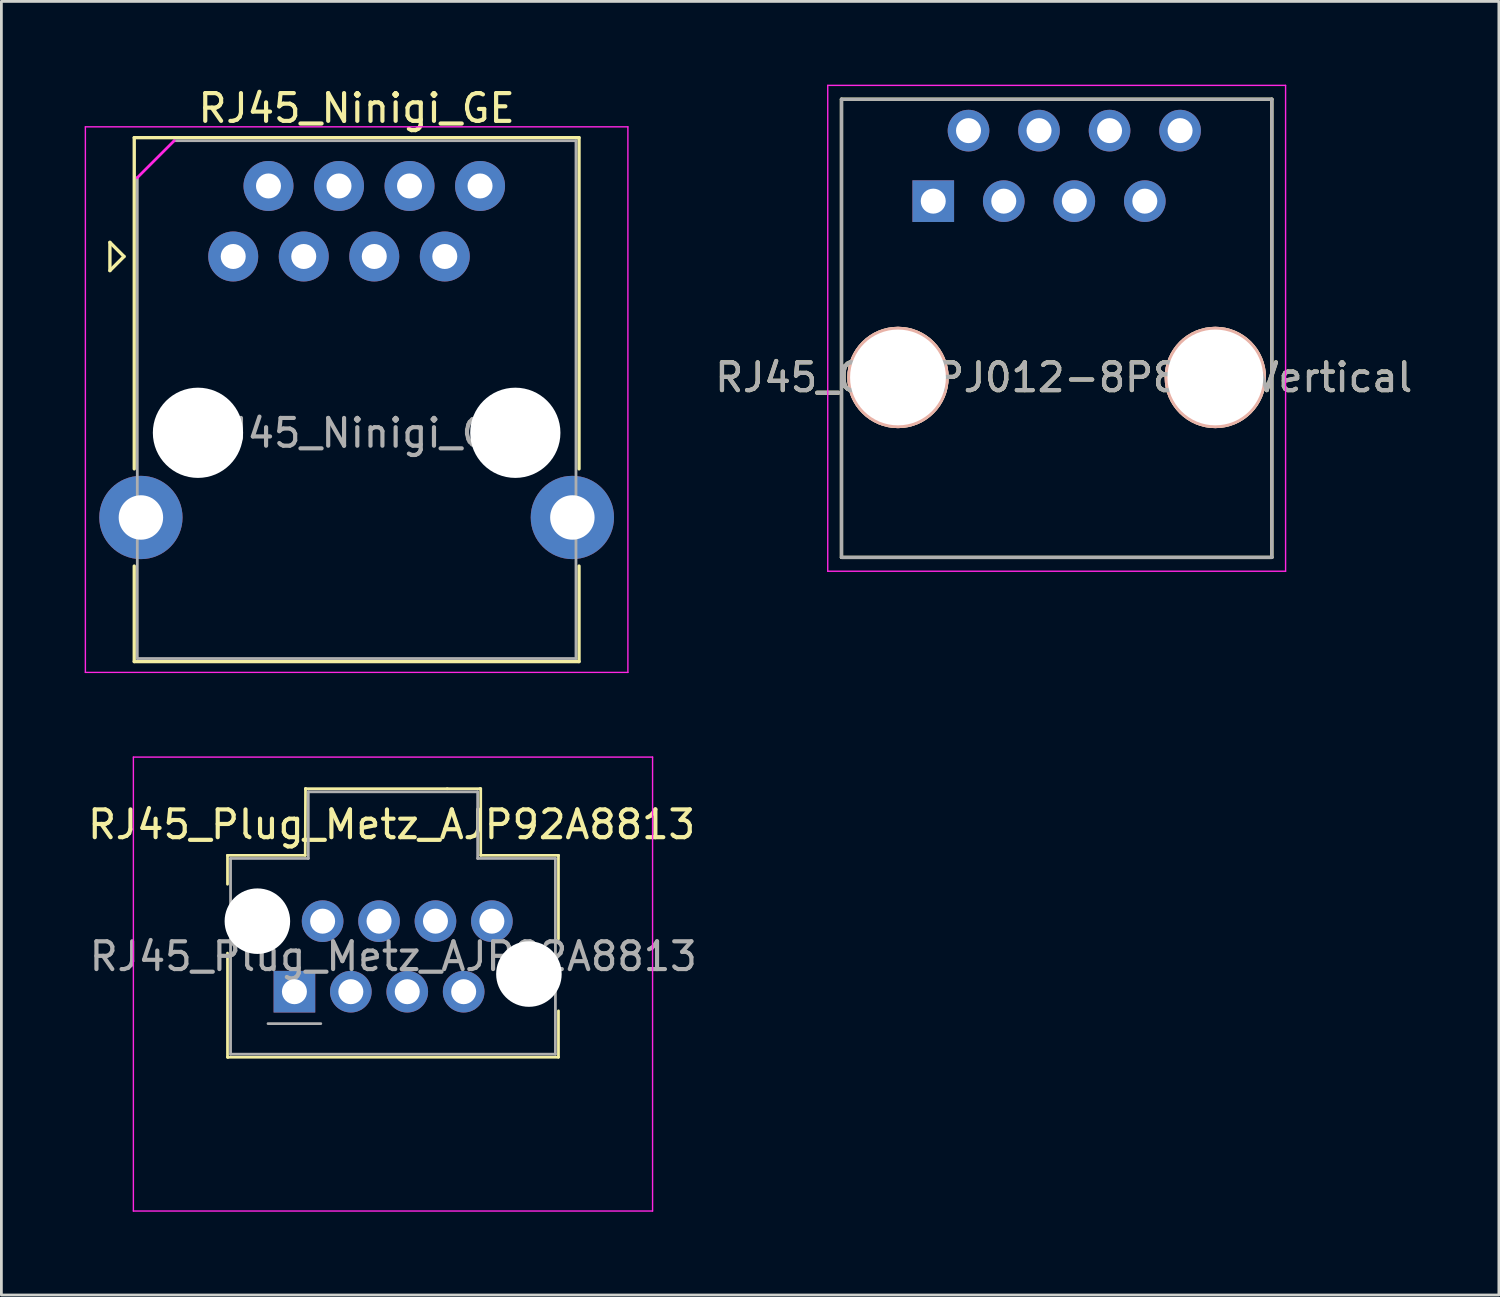
<source format=kicad_pcb>
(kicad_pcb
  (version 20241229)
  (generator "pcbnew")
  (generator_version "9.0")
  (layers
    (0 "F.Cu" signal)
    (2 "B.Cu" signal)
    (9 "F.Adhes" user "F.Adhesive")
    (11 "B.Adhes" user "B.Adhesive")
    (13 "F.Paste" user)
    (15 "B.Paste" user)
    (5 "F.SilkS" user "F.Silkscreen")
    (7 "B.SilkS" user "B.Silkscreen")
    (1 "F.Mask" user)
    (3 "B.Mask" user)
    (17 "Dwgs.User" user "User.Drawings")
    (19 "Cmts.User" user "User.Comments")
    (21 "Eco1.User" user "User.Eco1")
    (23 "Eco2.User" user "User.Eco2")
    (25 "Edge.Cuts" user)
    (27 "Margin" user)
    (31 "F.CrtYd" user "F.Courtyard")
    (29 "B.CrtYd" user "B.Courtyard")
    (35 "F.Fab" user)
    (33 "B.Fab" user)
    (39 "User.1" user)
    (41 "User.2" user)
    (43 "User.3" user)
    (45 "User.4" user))
  (footprint "RJ45_OST_PJ012-8P8CX_Vertical"
    (layer "F.Cu")
    (at 30.563 4.195)
    (property "Reference" "RJ45_OST_PJ012-8P8CX_Vertical" (at 4.7 6.35 0) (layer "F.SilkS") (effects (font (size 1 1) (thickness 0.15))))
    (attr through_hole)
    (fp_line (start -3.305 -3.67) (end -3.305 12.83) (stroke (width 0.12) (type solid)) (layer "F.SilkS"))
    (fp_line (start 12.195 -3.67) (end -3.305 -3.67) (stroke (width 0.12) (type solid)) (layer "F.SilkS"))
    (fp_line (start 12.195 -3.67) (end 12.195 12.83) (stroke (width 0.12) (type solid)) (layer "F.SilkS"))
    (fp_line (start 12.195 12.83) (end -3.305 12.83) (stroke (width 0.12) (type solid)) (layer "F.SilkS"))
    (fp_line (start -3.8 -4.17) (end -3.8 13.33) (stroke (width 0.05) (type solid)) (layer "F.CrtYd"))
    (fp_line (start -3.8 -4.17) (end 12.69 -4.17) (stroke (width 0.05) (type solid)) (layer "F.CrtYd"))
    (fp_line (start -3.8 13.33) (end 12.69 13.33) (stroke (width 0.05) (type solid)) (layer "F.CrtYd"))
    (fp_line (start 12.69 -4.17) (end 12.69 13.33) (stroke (width 0.05) (type solid)) (layer "F.CrtYd"))
    (fp_line (start -3.305 -3.67) (end -3.305 12.83) (stroke (width 0.12) (type solid)) (layer "F.Fab"))
    (fp_line (start 12.195 -3.67) (end -3.305 -3.67) (stroke (width 0.12) (type solid)) (layer "F.Fab"))
    (fp_line (start 12.195 -3.67) (end 12.195 12.83) (stroke (width 0.12) (type solid)) (layer "F.Fab"))
    (fp_line (start 12.195 12.83) (end -3.305 12.83) (stroke (width 0.12) (type solid)) (layer "F.Fab"))
    (fp_text user "${REFERENCE}" (at 4.7 6.35 0) (layer "F.Fab") (effects (font (size 1 1) (thickness 0.15))))
    (pad "" np_thru_hole circle (at -1.27 6.35) (size 3.65 3.65) (drill 3.45) (layers "*.Cu" "*.SilkS" "*.Mask"))
    (pad "" np_thru_hole circle (at 10.16 6.35) (size 3.65 3.65) (drill 3.45) (layers "*.Cu" "*.SilkS" "*.Mask"))
    (pad "1" thru_hole rect (at 0 0) (size 1.5 1.5) (drill 0.9) (layers "*.Cu" "*.Mask"))
    (pad "2" thru_hole circle (at 1.27 -2.54) (size 1.5 1.5) (drill 0.9) (layers "*.Cu" "*.Mask"))
    (pad "3" thru_hole circle (at 2.54 0) (size 1.5 1.5) (drill 0.9) (layers "*.Cu" "*.Mask"))
    (pad "4" thru_hole circle (at 3.81 -2.54) (size 1.5 1.5) (drill 0.9) (layers "*.Cu" "*.Mask"))
    (pad "5" thru_hole circle (at 5.08 0) (size 1.5 1.5) (drill 0.9) (layers "*.Cu" "*.Mask"))
    (pad "6" thru_hole circle (at 6.35 -2.54) (size 1.5 1.5) (drill 0.9) (layers "*.Cu" "*.Mask"))
    (pad "7" thru_hole circle (at 7.62 0) (size 1.5 1.5) (drill 0.9) (layers "*.Cu" "*.Mask"))
    (pad "8" thru_hole circle (at 8.89 -2.54) (size 1.5 1.5) (drill 0.9) (layers "*.Cu" "*.Mask")))
  (footprint "RJ45_Ninigi_GE"
    (layer "F.Cu")
    (at 5.35 6.188)
    (property "Reference" "RJ45_Ninigi_GE" (at 4.445 -5.34 0) (layer "F.SilkS") (effects (font (size 1 1) (thickness 0.15))))
    (attr through_hole)
    (fp_line (start -4.441 -0.508) (end -4.441 0.508) (stroke (width 0.12) (type solid)) (layer "F.SilkS"))
    (fp_line (start -4.441 0.508) (end -3.933 0) (stroke (width 0.12) (type solid)) (layer "F.SilkS"))
    (fp_line (start -3.933 0) (end -4.441 -0.508) (stroke (width 0.12) (type solid)) (layer "F.SilkS"))
    (fp_line (start -3.565 -4.28) (end -3.565 7.65) (stroke (width 0.12) (type solid)) (layer "F.SilkS"))
    (fp_line (start -3.565 11.15) (end -3.565 14.59) (stroke (width 0.12) (type solid)) (layer "F.SilkS"))
    (fp_line (start 12.455 -4.28) (end -3.565 -4.28) (stroke (width 0.12) (type solid)) (layer "F.SilkS"))
    (fp_line (start 12.455 -4.28) (end 12.455 7.65) (stroke (width 0.12) (type solid)) (layer "F.SilkS"))
    (fp_line (start 12.455 11.15) (end 12.455 14.59) (stroke (width 0.12) (type solid)) (layer "F.SilkS"))
    (fp_line (start 12.455 14.59) (end -3.565 14.59) (stroke (width 0.12) (type solid)) (layer "F.SilkS"))
    (fp_line (start -5.325 -4.67) (end 14.215 -4.67) (stroke (width 0.05) (type solid)) (layer "F.CrtYd"))
    (fp_line (start -5.325 14.98) (end -5.325 -4.67) (stroke (width 0.05) (type solid)) (layer "F.CrtYd"))
    (fp_line (start -3.455 -2.84) (end -2.125 -4.17) (stroke (width 0.1) (type solid)) (layer "F.CrtYd"))
    (fp_line (start 14.215 -4.67) (end 14.215 14.98) (stroke (width 0.05) (type solid)) (layer "F.CrtYd"))
    (fp_line (start 14.215 14.98) (end -5.325 14.98) (stroke (width 0.05) (type solid)) (layer "F.CrtYd"))
    (fp_line (start -3.455 -2.84) (end -3.455 14.48) (stroke (width 0.1) (type solid)) (layer "F.Fab"))
    (fp_line (start 12.345 -4.17) (end -2.125 -4.17) (stroke (width 0.1) (type solid)) (layer "F.Fab"))
    (fp_line (start 12.345 14.48) (end -3.455 14.48) (stroke (width 0.1) (type solid)) (layer "F.Fab"))
    (fp_line (start 12.345 14.48) (end 12.345 -4.17) (stroke (width 0.1) (type solid)) (layer "F.Fab"))
    (fp_text user "${REFERENCE}" (at 4.445 6.36 0) (layer "F.Fab") (effects (font (size 1 1) (thickness 0.15))))
    (pad "" np_thru_hole circle (at -1.27 6.35) (size 3.25 3.25) (drill 3.25) (layers "*.Cu" "*.Mask"))
    (pad "" np_thru_hole circle (at 10.16 6.35 180) (size 3.25 3.25) (drill 3.25) (layers "*.Cu" "*.Mask"))
    (pad "1" thru_hole circle (at 0 0 180) (size 1.8 1.8) (drill 0.9) (layers "*.Cu" "*.Mask"))
    (pad "2" thru_hole circle (at 1.27 -2.54 180) (size 1.8 1.8) (drill 0.9) (layers "*.Cu" "*.Mask"))
    (pad "3" thru_hole circle (at 2.54 0 180) (size 1.8 1.8) (drill 0.9) (layers "*.Cu" "*.Mask"))
    (pad "4" thru_hole circle (at 3.81 -2.54 180) (size 1.8 1.8) (drill 0.9) (layers "*.Cu" "*.Mask"))
    (pad "5" thru_hole circle (at 5.08 0 180) (size 1.8 1.8) (drill 0.9) (layers "*.Cu" "*.Mask"))
    (pad "6" thru_hole circle (at 6.35 -2.54 180) (size 1.8 1.8) (drill 0.9) (layers "*.Cu" "*.Mask"))
    (pad "7" thru_hole circle (at 7.62 0 180) (size 1.8 1.8) (drill 0.9) (layers "*.Cu" "*.Mask"))
    (pad "8" thru_hole circle (at 8.89 -2.54 180) (size 1.8 1.8) (drill 0.9) (layers "*.Cu" "*.Mask"))
    (pad "9" thru_hole circle (at -3.325 9.4) (size 3 3) (drill 1.6) (layers "*.Cu" "*.Mask"))
    (pad "9" thru_hole circle (at 12.215 9.4 180) (size 3 3) (drill 1.6) (layers "*.Cu" "*.Mask")))
  (footprint "RJ45_Plug_Metz_AJP92A8813"
    (layer "F.Cu")
    (at 7.554 32.668)
    (property "Reference" "RJ45_Plug_Metz_AJP92A8813" (at 3.5 -6.02 0) (layer "F.SilkS") (effects (font (size 1 1) (thickness 0.15))))
    (attr through_hole)
    (fp_line (start -2.41 -4.91) (end -2.41 -3.87) (stroke (width 0.1) (type solid)) (layer "F.SilkS"))
    (fp_line (start -2.41 -1.39) (end -2.41 2.36) (stroke (width 0.1) (type solid)) (layer "F.SilkS"))
    (fp_line (start -2.4 -4.91) (end -2.41 -4.91) (stroke (width 0.1) (type solid)) (layer "F.SilkS"))
    (fp_line (start -2.4 -4.91) (end 0.39 -4.91) (stroke (width 0.1) (type solid)) (layer "F.SilkS"))
    (fp_line (start -2.39 2.36) (end -2.41 2.36) (stroke (width 0.1) (type solid)) (layer "F.SilkS"))
    (fp_line (start 0.39 -4.91) (end 0.4 -7.31) (stroke (width 0.1) (type solid)) (layer "F.SilkS"))
    (fp_line (start 0.4 -7.31) (end 0.4 -7.3) (stroke (width 0.1) (type solid)) (layer "F.SilkS"))
    (fp_line (start 0.4 -7.31) (end 5.51 -7.31) (stroke (width 0.1) (type solid)) (layer "F.SilkS"))
    (fp_line (start 0.4 -7.3) (end 0.4 -7.31) (stroke (width 0.1) (type solid)) (layer "F.SilkS"))
    (fp_line (start 5.5 -7.31) (end 6.68 -7.31) (stroke (width 0.1) (type solid)) (layer "F.SilkS"))
    (fp_line (start 6.68 -7.31) (end 6.7 -7.31) (stroke (width 0.1) (type solid)) (layer "F.SilkS"))
    (fp_line (start 6.7 -7.31) (end 6.71 -7.31) (stroke (width 0.1) (type solid)) (layer "F.SilkS"))
    (fp_line (start 6.71 -7.31) (end 6.71 -4.91) (stroke (width 0.1) (type solid)) (layer "F.SilkS"))
    (fp_line (start 6.71 -4.91) (end 9.49 -4.91) (stroke (width 0.1) (type solid)) (layer "F.SilkS"))
    (fp_line (start 9.49 -4.91) (end 9.5 -4.91) (stroke (width 0.1) (type solid)) (layer "F.SilkS"))
    (fp_line (start 9.5 -4.91) (end 9.51 -4.91) (stroke (width 0.1) (type solid)) (layer "F.SilkS"))
    (fp_line (start 9.51 -4.91) (end 9.51 -1.9) (stroke (width 0.1) (type solid)) (layer "F.SilkS"))
    (fp_line (start 9.51 2.36) (end -2.39 2.36) (stroke (width 0.1) (type solid)) (layer "F.SilkS"))
    (fp_line (start 9.51 2.36) (end 9.51 0.69) (stroke (width 0.1) (type solid)) (layer "F.SilkS"))
    (fp_line (start -5.8 -8.45) (end -5.8 7.9) (stroke (width 0.05) (type solid)) (layer "F.CrtYd"))
    (fp_line (start -5.8 7.9) (end 12.9 7.9) (stroke (width 0.05) (type solid)) (layer "F.CrtYd"))
    (fp_line (start 12.9 -8.45) (end -5.8 -8.45) (stroke (width 0.05) (type solid)) (layer "F.CrtYd"))
    (fp_line (start 12.9 7.9) (end 12.9 -8.45) (stroke (width 0.05) (type solid)) (layer "F.CrtYd"))
    (fp_line (start -2.3 -4.8) (end 0.5 -4.8) (stroke (width 0.1) (type solid)) (layer "F.Fab"))
    (fp_line (start -2.3 2.25) (end -2.3 -4.8) (stroke (width 0.1) (type solid)) (layer "F.Fab"))
    (fp_line (start 0.5 -7.2) (end 6.6 -7.2) (stroke (width 0.1) (type solid)) (layer "F.Fab"))
    (fp_line (start 0.5 -4.8) (end 0.5 -7.2) (stroke (width 0.1) (type solid)) (layer "F.Fab"))
    (fp_line (start 0.95 1.15) (end -0.95 1.15) (stroke (width 0.1) (type solid)) (layer "F.Fab"))
    (fp_line (start 6.6 -7.2) (end 6.6 -4.8) (stroke (width 0.1) (type solid)) (layer "F.Fab"))
    (fp_line (start 6.6 -4.8) (end 9.4 -4.8) (stroke (width 0.1) (type solid)) (layer "F.Fab"))
    (fp_line (start 9.4 -4.8) (end 9.4 2.25) (stroke (width 0.1) (type solid)) (layer "F.Fab"))
    (fp_line (start 9.4 2.25) (end -2.3 2.25) (stroke (width 0.1) (type solid)) (layer "F.Fab"))
    (fp_text user "${REFERENCE}" (at 3.56 -1.27 0) (layer "F.Fab") (effects (font (size 1 1) (thickness 0.15))))
    (pad "" np_thru_hole circle (at -1.334 -2.54) (size 2.36 2.36) (drill 2.36) (layers "*.Cu" "*.Mask"))
    (pad "" np_thru_hole circle (at 8.446 -0.635) (size 2.36 2.36) (drill 2.36) (layers "*.Cu" "*.Mask"))
    (pad "1" thru_hole rect (at 0 0) (size 1.5 1.5) (drill 0.9) (layers "*.Cu" "*.Mask"))
    (pad "2" thru_hole circle (at 1.016 -2.54) (size 1.5 1.5) (drill 0.9) (layers "*.Cu" "*.Mask"))
    (pad "3" thru_hole circle (at 2.032 0) (size 1.5 1.5) (drill 0.9) (layers "*.Cu" "*.Mask"))
    (pad "4" thru_hole circle (at 3.048 -2.54) (size 1.5 1.5) (drill 0.9) (layers "*.Cu" "*.Mask"))
    (pad "5" thru_hole circle (at 4.064 0) (size 1.5 1.5) (drill 0.9) (layers "*.Cu" "*.Mask"))
    (pad "6" thru_hole circle (at 5.08 -2.54) (size 1.5 1.5) (drill 0.9) (layers "*.Cu" "*.Mask"))
    (pad "7" thru_hole circle (at 6.096 0) (size 1.5 1.5) (drill 0.9) (layers "*.Cu" "*.Mask"))
    (pad "8" thru_hole circle (at 7.112 -2.54) (size 1.5 1.5) (drill 0.9) (layers "*.Cu" "*.Mask")))
  (gr_rect
    (start -3 -3)
    (end 50.935 43.593)
    (stroke (width 0.1) (type default))
    (fill no)
    (layer "Edge.Cuts")))
</source>
